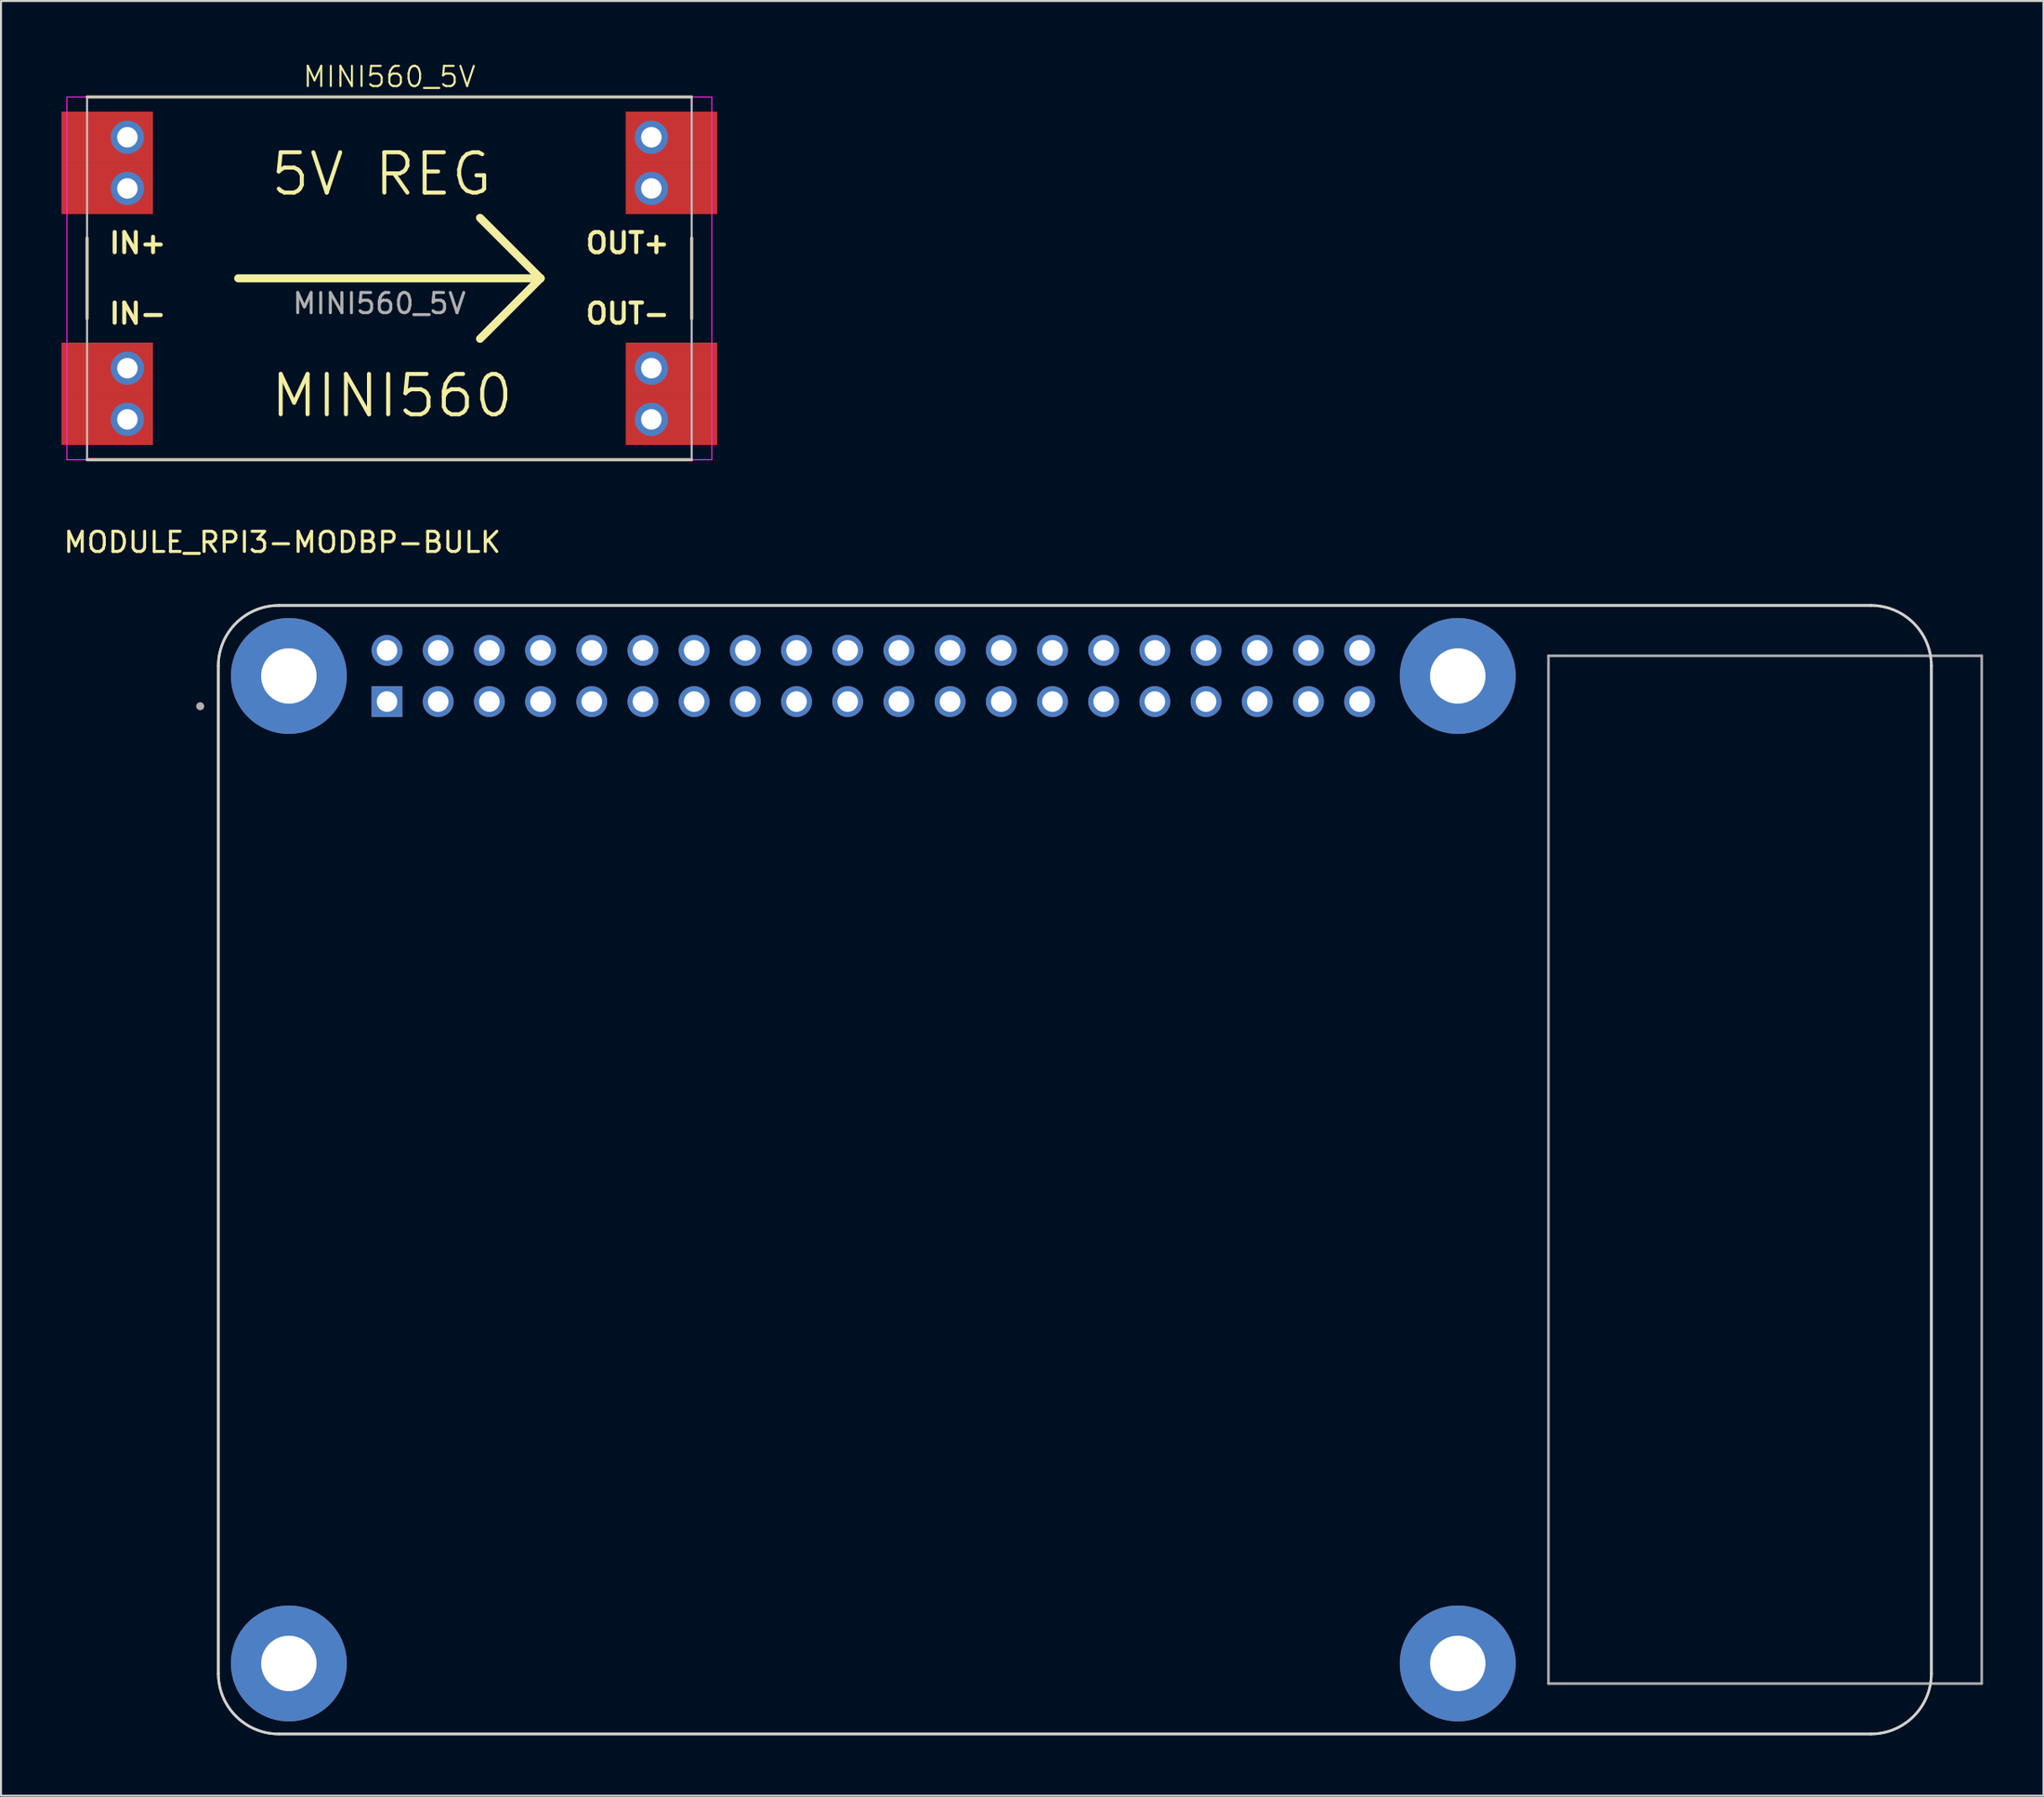
<source format=kicad_pcb>
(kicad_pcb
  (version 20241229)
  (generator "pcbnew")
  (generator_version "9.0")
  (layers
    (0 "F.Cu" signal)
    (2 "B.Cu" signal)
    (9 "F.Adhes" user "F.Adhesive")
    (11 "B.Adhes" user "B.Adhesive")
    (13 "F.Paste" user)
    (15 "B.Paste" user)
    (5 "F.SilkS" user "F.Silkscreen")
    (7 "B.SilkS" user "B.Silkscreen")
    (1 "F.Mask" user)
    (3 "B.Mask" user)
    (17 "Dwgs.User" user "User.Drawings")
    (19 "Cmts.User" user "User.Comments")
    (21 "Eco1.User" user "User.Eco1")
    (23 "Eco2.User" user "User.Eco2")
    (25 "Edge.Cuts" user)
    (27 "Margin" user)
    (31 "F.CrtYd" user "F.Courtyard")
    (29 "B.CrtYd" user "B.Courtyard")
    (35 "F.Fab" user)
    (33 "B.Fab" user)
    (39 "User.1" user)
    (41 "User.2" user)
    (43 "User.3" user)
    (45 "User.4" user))
  (footprint "MODULE_RPI3-MODBP-BULK"
    (layer "F.Cu")
    (at 50.283 54.994)
    (property "Reference" "MODULE_RPI3-MODBP-BULK" (at -39.325 -31.135 0) (layer "F.SilkS") (effects (font (size 1 1) (thickness 0.15))))
    (attr through_hole)
    (fp_line (start -42.5 -25) (end -42.5 25) (stroke (width 0.127) (type solid)) (layer "Edge.Cuts"))
    (fp_line (start -39.5 28) (end 39.5 28) (stroke (width 0.127) (type solid)) (layer "Edge.Cuts"))
    (fp_line (start 39.5 -28) (end -39.5 -28) (stroke (width 0.127) (type solid)) (layer "Edge.Cuts"))
    (fp_line (start 42.5 25) (end 42.5 -25) (stroke (width 0.127) (type solid)) (layer "Edge.Cuts"))
    (fp_arc (start -42.5 -25) (mid -41.62132 -27.12132) (end -39.5 -28) (stroke (width 0.127) (type solid)) (layer "Edge.Cuts"))
    (fp_arc (start -39.5 28) (mid -41.62132 27.12132) (end -42.5 25) (stroke (width 0.127) (type solid)) (layer "Edge.Cuts"))
    (fp_arc (start 39.5 -28) (mid 41.62132 -27.12132) (end 42.5 -25) (stroke (width 0.127) (type solid)) (layer "Edge.Cuts"))
    (fp_arc (start 42.5 25) (mid 41.62132 27.12132) (end 39.5 28) (stroke (width 0.127) (type solid)) (layer "Edge.Cuts"))
    (fp_line (start -42.5 -25) (end -42.5 25) (stroke (width 0.127) (type solid)) (layer "F.Fab"))
    (fp_line (start -39.5 28) (end 39.5 28) (stroke (width 0.127) (type solid)) (layer "F.Fab"))
    (fp_line (start 23.5 -25.5) (end 23.5 25.5) (stroke (width 0.127) (type solid)) (layer "F.Fab"))
    (fp_line (start 23.5 25.5) (end 45 25.5) (stroke (width 0.127) (type solid)) (layer "F.Fab"))
    (fp_line (start 39.5 -28) (end -39.5 -28) (stroke (width 0.127) (type solid)) (layer "F.Fab"))
    (fp_line (start 42.5 25) (end 42.5 -25) (stroke (width 0.127) (type solid)) (layer "F.Fab"))
    (fp_line (start 45 -25.5) (end 23.5 -25.5) (stroke (width 0.127) (type solid)) (layer "F.Fab"))
    (fp_line (start 45 25.5) (end 45 -25.5) (stroke (width 0.127) (type solid)) (layer "F.Fab"))
    (fp_arc (start -42.5 -25) (mid -41.62132 -27.12132) (end -39.5 -28) (stroke (width 0.127) (type solid)) (layer "F.Fab"))
    (fp_arc (start -39.5 28) (mid -41.62132 27.12132) (end -42.5 25) (stroke (width 0.127) (type solid)) (layer "F.Fab"))
    (fp_arc (start 39.5 -28) (mid 41.62132 -27.12132) (end 42.5 -25) (stroke (width 0.127) (type solid)) (layer "F.Fab"))
    (fp_arc (start 42.5 25) (mid 41.62132 27.12132) (end 39.5 28) (stroke (width 0.127) (type solid)) (layer "F.Fab"))
    (fp_circle (center -43.4 -23) (end -43.3 -23) (stroke (width 0.2) (type solid)) (fill no) (layer "F.Fab"))
    (pad "1" thru_hole rect (at -34.13 -23.23) (size 1.53 1.53) (drill 1.02) (layers "*.Cu" "*.Mask"))
    (pad "2" thru_hole circle (at -34.13 -25.77) (size 1.53 1.53) (drill 1.02) (layers "*.Cu" "*.Mask"))
    (pad "3" thru_hole circle (at -31.59 -23.23) (size 1.53 1.53) (drill 1.02) (layers "*.Cu" "*.Mask"))
    (pad "4" thru_hole circle (at -31.59 -25.77) (size 1.53 1.53) (drill 1.02) (layers "*.Cu" "*.Mask"))
    (pad "5" thru_hole circle (at -29.05 -23.23) (size 1.53 1.53) (drill 1.02) (layers "*.Cu" "*.Mask"))
    (pad "6" thru_hole circle (at -29.05 -25.77) (size 1.53 1.53) (drill 1.02) (layers "*.Cu" "*.Mask"))
    (pad "7" thru_hole circle (at -26.51 -23.23) (size 1.53 1.53) (drill 1.02) (layers "*.Cu" "*.Mask"))
    (pad "8" thru_hole circle (at -26.51 -25.77) (size 1.53 1.53) (drill 1.02) (layers "*.Cu" "*.Mask"))
    (pad "9" thru_hole circle (at -23.97 -23.23) (size 1.53 1.53) (drill 1.02) (layers "*.Cu" "*.Mask"))
    (pad "10" thru_hole circle (at -23.97 -25.77) (size 1.53 1.53) (drill 1.02) (layers "*.Cu" "*.Mask"))
    (pad "11" thru_hole circle (at -21.43 -23.23) (size 1.53 1.53) (drill 1.02) (layers "*.Cu" "*.Mask"))
    (pad "12" thru_hole circle (at -21.43 -25.77) (size 1.53 1.53) (drill 1.02) (layers "*.Cu" "*.Mask"))
    (pad "13" thru_hole circle (at -18.89 -23.23) (size 1.53 1.53) (drill 1.02) (layers "*.Cu" "*.Mask"))
    (pad "14" thru_hole circle (at -18.89 -25.77) (size 1.53 1.53) (drill 1.02) (layers "*.Cu" "*.Mask"))
    (pad "15" thru_hole circle (at -16.35 -23.23) (size 1.53 1.53) (drill 1.02) (layers "*.Cu" "*.Mask"))
    (pad "16" thru_hole circle (at -16.35 -25.77) (size 1.53 1.53) (drill 1.02) (layers "*.Cu" "*.Mask"))
    (pad "17" thru_hole circle (at -13.81 -23.23) (size 1.53 1.53) (drill 1.02) (layers "*.Cu" "*.Mask"))
    (pad "18" thru_hole circle (at -13.81 -25.77) (size 1.53 1.53) (drill 1.02) (layers "*.Cu" "*.Mask"))
    (pad "19" thru_hole circle (at -11.27 -23.23) (size 1.53 1.53) (drill 1.02) (layers "*.Cu" "*.Mask"))
    (pad "20" thru_hole circle (at -11.27 -25.77) (size 1.53 1.53) (drill 1.02) (layers "*.Cu" "*.Mask"))
    (pad "21" thru_hole circle (at -8.73 -23.23) (size 1.53 1.53) (drill 1.02) (layers "*.Cu" "*.Mask"))
    (pad "22" thru_hole circle (at -8.73 -25.77) (size 1.53 1.53) (drill 1.02) (layers "*.Cu" "*.Mask"))
    (pad "23" thru_hole circle (at -6.19 -23.23) (size 1.53 1.53) (drill 1.02) (layers "*.Cu" "*.Mask"))
    (pad "24" thru_hole circle (at -6.19 -25.77) (size 1.53 1.53) (drill 1.02) (layers "*.Cu" "*.Mask"))
    (pad "25" thru_hole circle (at -3.65 -23.23) (size 1.53 1.53) (drill 1.02) (layers "*.Cu" "*.Mask"))
    (pad "26" thru_hole circle (at -3.65 -25.77) (size 1.53 1.53) (drill 1.02) (layers "*.Cu" "*.Mask"))
    (pad "27" thru_hole circle (at -1.11 -23.23) (size 1.53 1.53) (drill 1.02) (layers "*.Cu" "*.Mask"))
    (pad "28" thru_hole circle (at -1.11 -25.77) (size 1.53 1.53) (drill 1.02) (layers "*.Cu" "*.Mask"))
    (pad "29" thru_hole circle (at 1.43 -23.23) (size 1.53 1.53) (drill 1.02) (layers "*.Cu" "*.Mask"))
    (pad "30" thru_hole circle (at 1.43 -25.77) (size 1.53 1.53) (drill 1.02) (layers "*.Cu" "*.Mask"))
    (pad "31" thru_hole circle (at 3.97 -23.23) (size 1.53 1.53) (drill 1.02) (layers "*.Cu" "*.Mask"))
    (pad "32" thru_hole circle (at 3.97 -25.77) (size 1.53 1.53) (drill 1.02) (layers "*.Cu" "*.Mask"))
    (pad "33" thru_hole circle (at 6.51 -23.23) (size 1.53 1.53) (drill 1.02) (layers "*.Cu" "*.Mask"))
    (pad "34" thru_hole circle (at 6.51 -25.77) (size 1.53 1.53) (drill 1.02) (layers "*.Cu" "*.Mask"))
    (pad "35" thru_hole circle (at 9.05 -23.23) (size 1.53 1.53) (drill 1.02) (layers "*.Cu" "*.Mask"))
    (pad "36" thru_hole circle (at 9.05 -25.77) (size 1.53 1.53) (drill 1.02) (layers "*.Cu" "*.Mask"))
    (pad "37" thru_hole circle (at 11.59 -23.23) (size 1.53 1.53) (drill 1.02) (layers "*.Cu" "*.Mask"))
    (pad "38" thru_hole circle (at 11.59 -25.77) (size 1.53 1.53) (drill 1.02) (layers "*.Cu" "*.Mask"))
    (pad "39" thru_hole circle (at 14.13 -23.23) (size 1.53 1.53) (drill 1.02) (layers "*.Cu" "*.Mask"))
    (pad "40" thru_hole circle (at 14.13 -25.77) (size 1.53 1.53) (drill 1.02) (layers "*.Cu" "*.Mask"))
    (pad "NC" thru_hole circle (at -39 -24.5) (size 5.75 5.75) (drill 2.75) (layers "*.Cu" "*.Mask"))
    (pad "NC" thru_hole circle (at -39 24.5) (size 5.75 5.75) (drill 2.75) (layers "*.Cu" "*.Mask"))
    (pad "NC" thru_hole circle (at 19 -24.5) (size 5.75 5.75) (drill 2.75) (layers "*.Cu" "*.Mask"))
    (pad "NC" thru_hole circle (at 19 24.5) (size 5.75 5.75) (drill 2.75) (layers "*.Cu" "*.Mask")))
  (footprint "MINI560_5V"
    (layer "F.Cu")
    (at 1.27 19.761)
    (property "Reference" "MINI560_5V" (at 15 -19 0) (unlocked yes) (layer "F.SilkS") (effects (font (size 1 1) (thickness 0.1))))
    (attr smd)
    (fp_line (start 0 -18) (end 30 -18) (stroke (width 0.15) (type default)) (layer "F.SilkS"))
    (fp_line (start 0 -11) (end 0 -7) (stroke (width 0.15) (type default)) (layer "F.SilkS"))
    (fp_line (start 7.5 -9) (end 22.5 -9) (stroke (width 0.4) (type default)) (layer "F.SilkS"))
    (fp_line (start 22.5 -9) (end 19.5 -12) (stroke (width 0.4) (type default)) (layer "F.SilkS"))
    (fp_line (start 22.5 -9) (end 19.5 -6) (stroke (width 0.4) (type default)) (layer "F.SilkS"))
    (fp_line (start 30 -11) (end 30 -7) (stroke (width 0.15) (type default)) (layer "F.SilkS"))
    (fp_line (start 30 0) (end 0 0) (stroke (width 0.15) (type default)) (layer "F.SilkS"))
    (fp_rect (start 0 -18) (end 30 0) (stroke (width 0.1) (type default)) (fill no) (layer "Dwgs.User"))
    (fp_rect (start -1 -18) (end 31 0) (stroke (width 0.05) (type default)) (fill no) (layer "F.CrtYd"))
    (fp_text user "5V REG" (at 9 -13 0) (unlocked yes) (layer "F.SilkS") (effects (font (size 2 2) (thickness 0.2)) (justify left bottom)))
    (fp_text user "OUT+" (at 29 -10.75 0) (unlocked yes) (layer "F.SilkS") (effects (font (size 1 1) (thickness 0.2) (bold yes)) (justify right)))
    (fp_text user "IN-" (at 1 -7.25 0) (unlocked yes) (layer "F.SilkS") (effects (font (size 1 1) (thickness 0.2) (bold yes)) (justify left)))
    (fp_text user "MINI560" (at 9 -2 0) (unlocked yes) (layer "F.SilkS") (effects (font (size 2 2) (thickness 0.2)) (justify left bottom)))
    (fp_text user "IN+" (at 1 -10.75 0) (unlocked yes) (layer "F.SilkS") (effects (font (size 1 1) (thickness 0.2) (bold yes)) (justify left)))
    (fp_text user "OUT-" (at 29 -7.25 0) (unlocked yes) (layer "F.SilkS") (effects (font (size 1 1) (thickness 0.2) (bold yes)) (justify right)))
    (fp_text user "${REFERENCE}" (at 14.5 -7.75 0) (unlocked yes) (layer "F.Fab") (effects (font (size 1 1) (thickness 0.15))))
    (pad "1" thru_hole circle (at 2 -16) (size 1.651 1.651) (drill 1.016) (layers "*.Cu" "*.Mask"))
    (pad "1" smd rect (at 2 -16) (size 4.54 2.54) (drill (offset -1 0)) (layers "F.Cu" "F.Mask" "F.Paste"))
    (pad "1" thru_hole circle (at 2 -13.46) (size 1.651 1.651) (drill 1.016) (layers "*.Cu" "*.Mask"))
    (pad "1" smd rect (at 2 -13.46) (size 4.54 2.54) (drill (offset -1 0)) (layers "F.Cu" "F.Mask" "F.Paste"))
    (pad "2" thru_hole circle (at 2 -4.54) (size 1.651 1.651) (drill 1.016) (layers "*.Cu" "*.Mask"))
    (pad "2" smd rect (at 2 -4.54) (size 4.54 2.54) (drill (offset -1 0)) (layers "F.Cu" "F.Mask" "F.Paste"))
    (pad "2" thru_hole circle (at 2 -2) (size 1.651 1.651) (drill 1.016) (layers "*.Cu" "*.Mask"))
    (pad "2" smd rect (at 2 -2) (size 4.54 2.54) (drill (offset -1 0)) (layers "F.Cu" "F.Mask" "F.Paste"))
    (pad "3" thru_hole circle (at 28 -4.54) (size 1.651 1.651) (drill 1.016) (layers "*.Cu" "*.Mask"))
    (pad "3" smd rect (at 28 -4.54 180) (size 4.54 2.54) (drill (offset -1 0)) (layers "F.Cu" "F.Mask" "F.Paste"))
    (pad "3" thru_hole circle (at 28 -2) (size 1.651 1.651) (drill 1.016) (layers "*.Cu" "*.Mask"))
    (pad "3" smd rect (at 28 -2 180) (size 4.54 2.54) (drill (offset -1 0)) (layers "F.Cu" "F.Mask" "F.Paste"))
    (pad "4" thru_hole circle (at 28 -16) (size 1.651 1.651) (drill 1.016) (layers "*.Cu" "*.Mask"))
    (pad "4" smd rect (at 28 -16 180) (size 4.54 2.54) (drill (offset -1 0)) (layers "F.Cu" "F.Mask" "F.Paste"))
    (pad "4" thru_hole circle (at 28 -13.46) (size 1.651 1.651) (drill 1.016) (layers "*.Cu" "*.Mask"))
    (pad "4" smd rect (at 28 -13.46 180) (size 4.54 2.54) (drill (offset -1 0)) (layers "F.Cu" "F.Mask" "F.Paste")))
  (gr_rect
    (start -3 -3)
    (end 98.347 86.057)
    (stroke (width 0.1) (type default))
    (fill no)
    (layer "Edge.Cuts")))
</source>
